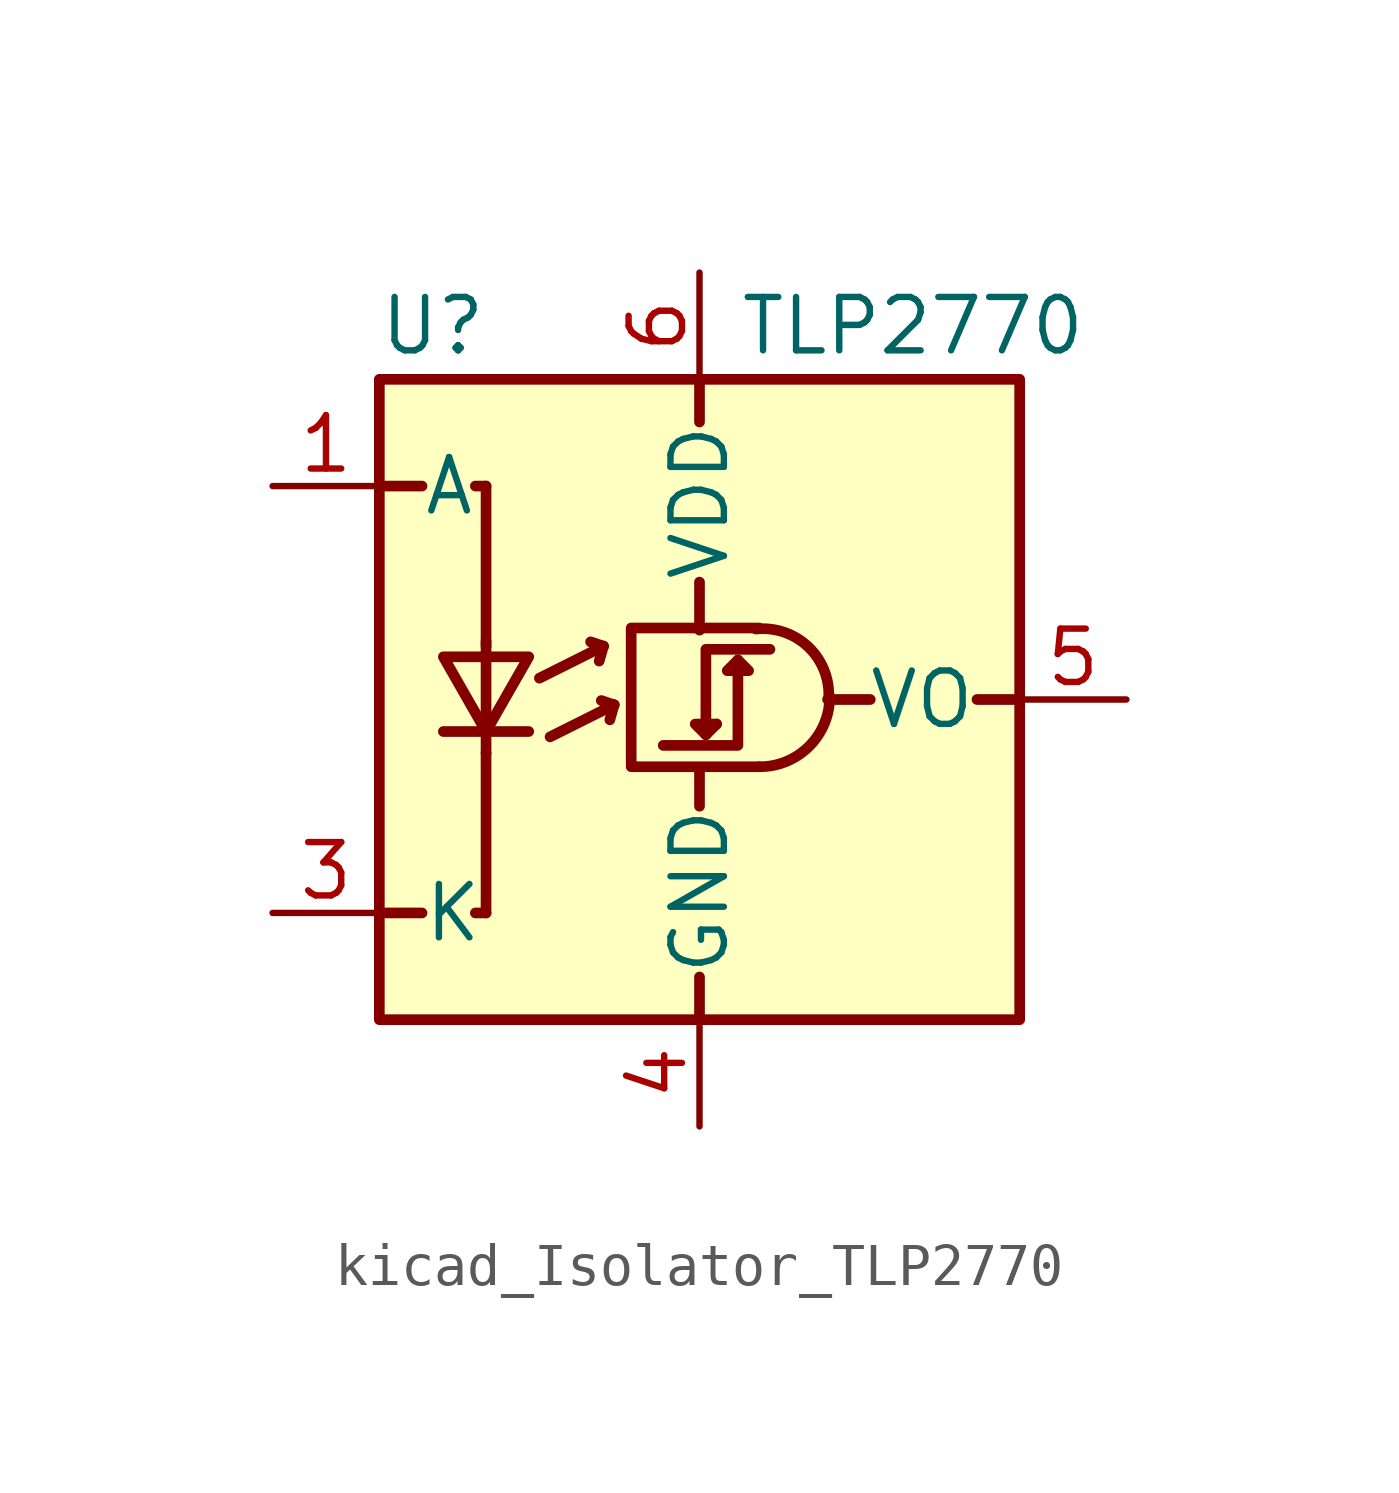
<source format=kicad_sym>
(kicad_symbol_lib
  (version 20220914)
  (generator kicad_symbol_editor)
  (symbol "kicad_Isolator_TLP2770"
    (pin_names
      (offset 1.016))
    (property "Reference" "U"
      (at -6.35 8.89 0)
      (effects (font (size 1.27 1.27))))
    (property "Value" "TLP2770"
      (at 5.08 8.89 0)
      (effects (font (size 1.27 1.27))))
    (symbol "kicad_Isolator_TLP2770_0_1"
      (polyline (pts (xy -7.62 -5.08) (xy -6.604 -5.08)) (stroke (width 0.254) (type default)) (fill (type none)))
      (polyline (pts (xy -7.62 5.08) (xy -6.604 5.08)) (stroke (width 0.254) (type default)) (fill (type none)))
      (polyline (pts (xy -5.08 -5.08) (xy -5.334 -5.08)) (stroke (width 0.254) (type default)) (fill (type none)))
      (polyline (pts (xy -5.08 -1.27) (xy -5.08 -5.08)) (stroke (width 0.254) (type default)) (fill (type none)))
      (polyline (pts (xy -5.08 1.27) (xy -5.08 5.08)) (stroke (width 0.254) (type default)) (fill (type none)))
      (polyline (pts (xy -5.08 5.08) (xy -5.334 5.08)) (stroke (width 0.254) (type default)) (fill (type none)))
      (polyline (pts (xy 0 -7.62) (xy 0 -6.604)) (stroke (width 0.254) (type default)) (fill (type none)))
      (polyline (pts (xy 0 -1.651) (xy 0 -2.54)) (stroke (width 0.254) (type default)) (fill (type none)))
      (polyline (pts (xy 0 1.651) (xy 0 2.794)) (stroke (width 0.254) (type default)) (fill (type none)))
      (polyline (pts (xy 0 7.62) (xy 0 6.604)) (stroke (width 0.254) (type default)) (fill (type none)))
      (polyline (pts (xy 3.048 0) (xy 4.064 0)) (stroke (width 0.254) (type default)) (fill (type none)))
      (polyline (pts (xy 7.62 0) (xy 6.604 0)) (stroke (width 0.254) (type default)) (fill (type none))))
    (symbol "kicad_Isolator_TLP2770_1_1"
      (rectangle (start -7.62 7.62) (end 7.62 -7.62) (stroke (width 0.254) (type default)) (fill (type background)))
      (polyline (pts (xy -6.096 -0.762) (xy -4.064 -0.762)) (stroke (width 0.254) (type default)) (fill (type none)))
      (polyline (pts (xy -5.08 -0.762) (xy -5.08 -1.27)) (stroke (width 0.254) (type default)) (fill (type none)))
      (polyline (pts (xy -5.08 1.016) (xy -5.08 -0.762)) (stroke (width 0.254) (type default)) (fill (type none)))
      (polyline (pts (xy -5.08 1.016) (xy -5.08 1.397)) (stroke (width 0.254) (type default)) (fill (type none)))
      (polyline (pts (xy -3.81 0.508) (xy -2.286 1.27)) (stroke (width 0.254) (type default)) (fill (type none)))
      (polyline (pts (xy -3.556 -0.889) (xy -2.032 -0.127)) (stroke (width 0.254) (type default)) (fill (type none)))
      (polyline (pts (xy -2.286 1.27) (xy -2.591 1.372)) (stroke (width 0.254) (type default)) (fill (type none)))
      (polyline (pts (xy -2.286 1.27) (xy -2.388 0.914)) (stroke (width 0.254) (type default)) (fill (type none)))
      (polyline (pts (xy -2.032 -0.127) (xy -2.337 -0.025)) (stroke (width 0.254) (type default)) (fill (type none)))
      (polyline (pts (xy -2.032 -0.127) (xy -2.134 -0.483)) (stroke (width 0.254) (type default)) (fill (type none)))
      (polyline (pts (xy 0.152 -0.838) (xy -0.102 -0.584) (xy 0.406 -0.584)) (stroke (width 0.254) (type default)) (fill (type none)))
      (polyline (pts (xy 0.914 0.94) (xy 0.914 -1.092) (xy -0.864 -1.092)) (stroke (width 0.254) (type default)) (fill (type none)))
      (polyline (pts (xy -6.096 1.016) (xy -4.064 1.016) (xy -5.08 -0.762) (xy -6.096 1.016)) (stroke (width 0.254) (type default)) (fill (type none)))
      (polyline (pts (xy 0.914 0.94) (xy 0.66 0.686) (xy 1.168 0.686) (xy 0.914 0.94)) (stroke (width 0.254) (type default)) (fill (type none)))
      (polyline (pts (xy 1.422 1.702) (xy -1.626 1.702) (xy -1.626 -1.6) (xy 1.422 -1.6)) (stroke (width 0.254) (type default)) (fill (type none)))
      (polyline (pts (xy 1.676 1.194) (xy 0.152 1.194) (xy 0.152 -0.838) (xy 0.406 -0.584)) (stroke (width 0.254) (type default)) (fill (type none)))
      (arc (start 1.4224 -1.6002) (mid 2.6101 -1.1115) (end 3.0988 0.0762) (stroke (width 0.254) (type default)) (fill (type none)))
      (arc (start 3.0734 0) (mid 2.6011 1.2413) (end 1.3462 1.6764) (stroke (width 0.254) (type default)) (fill (type none)))
      (pin passive line (at -10.16 5.08 0) (length 2.54) (name "A" (effects (font (size 1.27 1.27)))) (number "1" (effects (font (size 1.27 1.27)))))
      (pin no_connect line (at -7.62 0 0) (length 2.54) hide (name "NC" (effects (font (size 1.27 1.27)))) (number "2" (effects (font (size 1.27 1.27)))))
      (pin passive line (at -10.16 -5.08 0) (length 2.54) (name "K" (effects (font (size 1.27 1.27)))) (number "3" (effects (font (size 1.27 1.27)))))
      (pin power_in line (at 0 -10.16 90) (length 2.54) (name "GND" (effects (font (size 1.27 1.27)))) (number "4" (effects (font (size 1.27 1.27)))))
      (pin output line (at 10.16 0 180) (length 2.54) (name "VO" (effects (font (size 1.27 1.27)))) (number "5" (effects (font (size 1.27 1.27)))))
      (pin power_in line (at 0 10.16 270) (length 2.54) (name "VDD" (effects (font (size 1.27 1.27)))) (number "6" (effects (font (size 1.27 1.27))))))))
</source>
